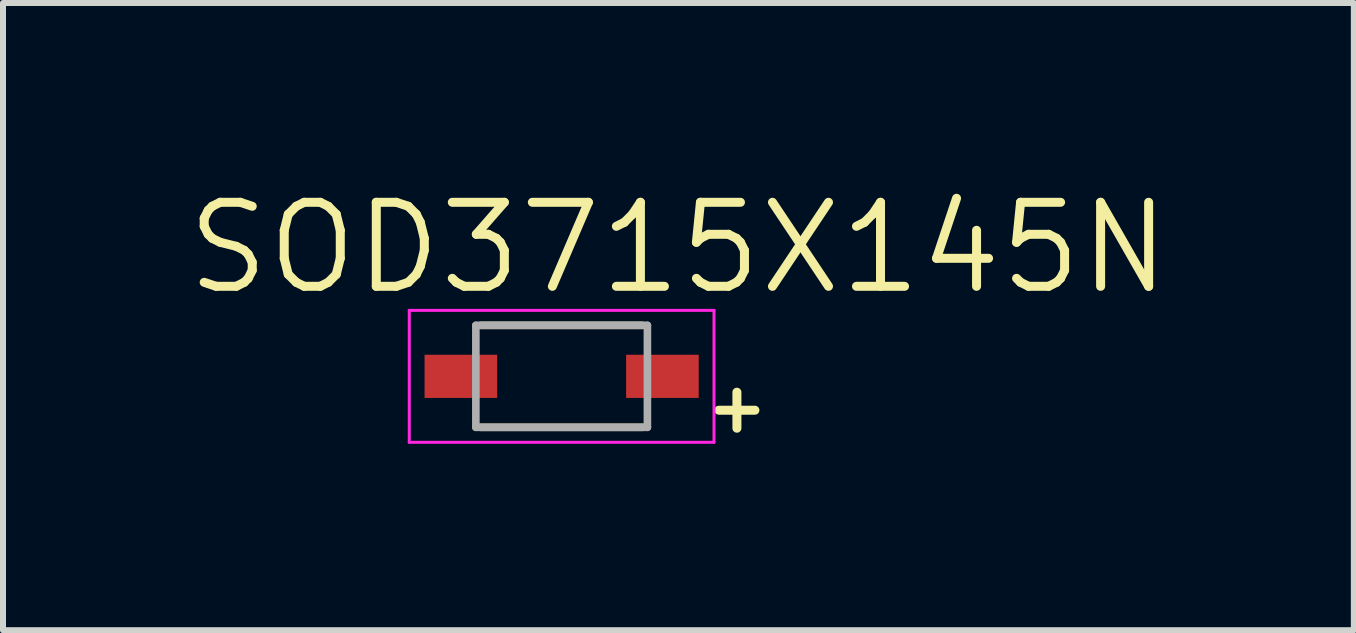
<source format=kicad_pcb>
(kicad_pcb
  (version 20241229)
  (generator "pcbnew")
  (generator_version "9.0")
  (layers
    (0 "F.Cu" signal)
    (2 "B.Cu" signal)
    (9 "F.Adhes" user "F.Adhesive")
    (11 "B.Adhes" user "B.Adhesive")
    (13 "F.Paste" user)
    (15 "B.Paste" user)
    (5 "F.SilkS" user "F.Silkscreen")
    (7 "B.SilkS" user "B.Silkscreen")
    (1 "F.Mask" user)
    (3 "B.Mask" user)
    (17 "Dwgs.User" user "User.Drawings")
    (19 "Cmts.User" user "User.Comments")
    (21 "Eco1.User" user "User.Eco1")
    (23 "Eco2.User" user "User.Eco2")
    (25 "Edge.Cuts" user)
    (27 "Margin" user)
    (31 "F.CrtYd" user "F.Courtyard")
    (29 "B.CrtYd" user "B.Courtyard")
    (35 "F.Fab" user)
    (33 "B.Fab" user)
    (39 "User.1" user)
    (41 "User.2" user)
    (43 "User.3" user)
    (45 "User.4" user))
  (footprint "SOD3715X145N"
    (layer "F.Cu")
    (at 6.313 3.224)
    (property "Reference" "SOD3715X145N" (at 1.947 -2.141 0) (layer "F.SilkS") (effects (font (size 1.401 1.401) (thickness 0.15))))
    (attr smd)
    (fp_line (start -1.35 -0.85) (end 1.35 -0.85) (stroke (width 0.127) (type solid)) (layer "F.SilkS"))
    (fp_line (start 1.35 0.85) (end -1.35 0.85) (stroke (width 0.127) (type solid)) (layer "F.SilkS"))
    (fp_line (start -2.54 -1.1) (end 2.54 -1.1) (stroke (width 0.05) (type solid)) (layer "F.CrtYd"))
    (fp_line (start -2.54 1.1) (end -2.54 -1.1) (stroke (width 0.05) (type solid)) (layer "F.CrtYd"))
    (fp_line (start 2.54 -1.1) (end 2.54 1.1) (stroke (width 0.05) (type solid)) (layer "F.CrtYd"))
    (fp_line (start 2.54 1.1) (end -2.54 1.1) (stroke (width 0.05) (type solid)) (layer "F.CrtYd"))
    (fp_line (start -1.43 -0.85) (end 1.43 -0.85) (stroke (width 0.127) (type solid)) (layer "F.Fab"))
    (fp_line (start -1.43 0.85) (end -1.43 -0.85) (stroke (width 0.127) (type solid)) (layer "F.Fab"))
    (fp_line (start 1.43 -0.85) (end 1.43 0.85) (stroke (width 0.127) (type solid)) (layer "F.Fab"))
    (fp_line (start 1.43 0.85) (end -1.43 0.85) (stroke (width 0.127) (type solid)) (layer "F.Fab"))
    (fp_text user "+" (at 2.922 0.508 0) (layer "F.SilkS") (effects (font (size 0.788 0.788) (thickness 0.15))))
    (pad "A" smd rect (at 1.68 0) (size 1.21 0.72) (layers "F.Cu" "F.Mask" "F.Paste"))
    (pad "C" smd rect (at -1.68 0) (size 1.21 0.72) (layers "F.Cu" "F.Mask" "F.Paste")))
  (gr_rect
    (start -3 -3)
    (end 19.52 7.456)
    (stroke (width 0.1) (type default))
    (fill no)
    (layer "Edge.Cuts")))
</source>
